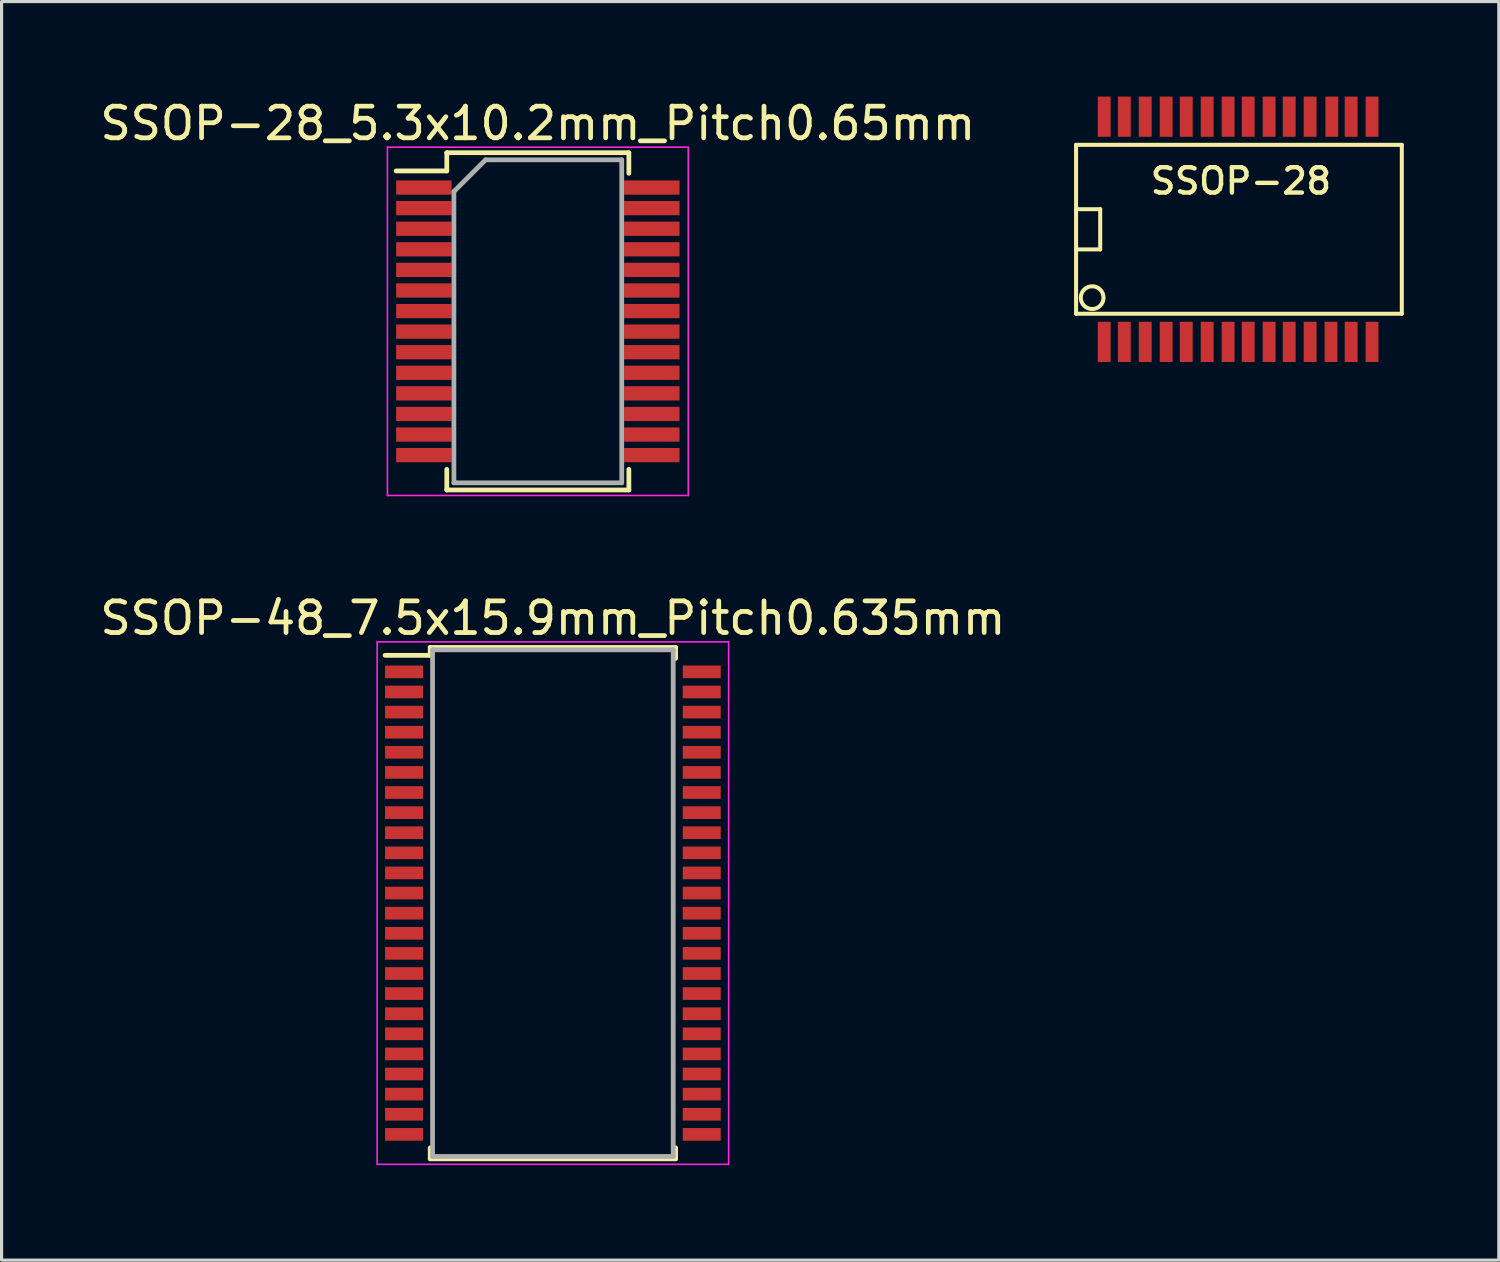
<source format=kicad_pcb>
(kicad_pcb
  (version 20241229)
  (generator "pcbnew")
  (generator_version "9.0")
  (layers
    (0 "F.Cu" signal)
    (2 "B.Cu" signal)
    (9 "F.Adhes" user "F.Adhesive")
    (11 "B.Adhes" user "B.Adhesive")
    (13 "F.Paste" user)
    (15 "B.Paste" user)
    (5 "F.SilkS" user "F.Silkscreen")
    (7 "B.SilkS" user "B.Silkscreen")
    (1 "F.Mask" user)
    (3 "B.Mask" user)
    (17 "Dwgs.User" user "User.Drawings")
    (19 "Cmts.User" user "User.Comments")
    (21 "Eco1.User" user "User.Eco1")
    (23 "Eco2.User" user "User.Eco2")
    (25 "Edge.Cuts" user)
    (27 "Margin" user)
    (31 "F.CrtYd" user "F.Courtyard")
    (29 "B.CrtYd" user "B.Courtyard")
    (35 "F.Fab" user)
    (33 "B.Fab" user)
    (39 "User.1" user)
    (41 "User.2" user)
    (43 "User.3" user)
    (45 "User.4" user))
  (footprint "SSOP-28"
    (layer "F.Cu")
    (at 36.013 4.191)
    (property "Reference" "SSOP-28" (at 0.127 -1.524 0) (layer "F.SilkS") (effects (font (size 0.8 0.8) (thickness 0.14))))
    (attr smd)
    (fp_line (start -5.08 -2.667) (end -5.08 2.667) (stroke (width 0.127) (type solid)) (layer "F.SilkS"))
    (fp_line (start -5.08 -2.667) (end 5.207 -2.667) (stroke (width 0.127) (type solid)) (layer "F.SilkS"))
    (fp_line (start -5.08 -0.635) (end -4.318 -0.635) (stroke (width 0.127) (type solid)) (layer "F.SilkS"))
    (fp_line (start -4.318 -0.635) (end -4.318 0.635) (stroke (width 0.127) (type solid)) (layer "F.SilkS"))
    (fp_line (start -4.318 0.635) (end -5.08 0.635) (stroke (width 0.127) (type solid)) (layer "F.SilkS"))
    (fp_line (start 5.207 -2.667) (end 5.207 2.667) (stroke (width 0.127) (type solid)) (layer "F.SilkS"))
    (fp_line (start 5.207 2.667) (end -5.08 2.667) (stroke (width 0.127) (type solid)) (layer "F.SilkS"))
    (fp_circle (center -4.572 2.159) (end -4.826 1.905) (stroke (width 0.127) (type solid)) (fill no) (layer "F.SilkS"))
    (pad "1" smd rect (at -4.191 3.556) (size 0.406 1.27) (layers "F.Cu" "F.Mask" "F.Paste"))
    (pad "2" smd rect (at -3.556 3.556) (size 0.406 1.27) (layers "F.Cu" "F.Mask" "F.Paste"))
    (pad "3" smd rect (at -2.896 3.556) (size 0.406 1.27) (layers "F.Cu" "F.Mask" "F.Paste"))
    (pad "4" smd rect (at -2.235 3.556) (size 0.406 1.27) (layers "F.Cu" "F.Mask" "F.Paste"))
    (pad "5" smd rect (at -1.6 3.556) (size 0.406 1.27) (layers "F.Cu" "F.Mask" "F.Paste"))
    (pad "6" smd rect (at -0.94 3.556) (size 0.406 1.27) (layers "F.Cu" "F.Mask" "F.Paste"))
    (pad "7" smd rect (at -0.279 3.556) (size 0.406 1.27) (layers "F.Cu" "F.Mask" "F.Paste"))
    (pad "8" smd rect (at 0.356 3.556) (size 0.406 1.27) (layers "F.Cu" "F.Mask" "F.Paste"))
    (pad "9" smd rect (at 1.016 3.556) (size 0.406 1.27) (layers "F.Cu" "F.Mask" "F.Paste"))
    (pad "10" smd rect (at 1.651 3.556) (size 0.406 1.27) (layers "F.Cu" "F.Mask" "F.Paste"))
    (pad "11" smd rect (at 2.311 3.556) (size 0.406 1.27) (layers "F.Cu" "F.Mask" "F.Paste"))
    (pad "12" smd rect (at 2.972 3.556) (size 0.406 1.27) (layers "F.Cu" "F.Mask" "F.Paste"))
    (pad "13" smd rect (at 3.607 3.556) (size 0.406 1.27) (layers "F.Cu" "F.Mask" "F.Paste"))
    (pad "14" smd rect (at 4.267 3.556) (size 0.406 1.27) (layers "F.Cu" "F.Mask" "F.Paste"))
    (pad "15" smd rect (at 4.267 -3.556) (size 0.406 1.27) (layers "F.Cu" "F.Mask" "F.Paste"))
    (pad "16" smd rect (at 3.607 -3.556) (size 0.406 1.27) (layers "F.Cu" "F.Mask" "F.Paste"))
    (pad "17" smd rect (at 2.997 -3.556) (size 0.406 1.27) (layers "F.Cu" "F.Mask" "F.Paste"))
    (pad "18" smd rect (at 2.311 -3.556) (size 0.406 1.27) (layers "F.Cu" "F.Mask" "F.Paste"))
    (pad "19" smd rect (at 1.651 -3.556) (size 0.406 1.27) (layers "F.Cu" "F.Mask" "F.Paste"))
    (pad "20" smd rect (at 1.016 -3.556) (size 0.406 1.27) (layers "F.Cu" "F.Mask" "F.Paste"))
    (pad "21" smd rect (at 0.356 -3.556) (size 0.406 1.27) (layers "F.Cu" "F.Mask" "F.Paste"))
    (pad "22" smd rect (at -0.279 -3.556) (size 0.406 1.27) (layers "F.Cu" "F.Mask" "F.Paste"))
    (pad "23" smd rect (at -0.94 -3.556) (size 0.406 1.27) (layers "F.Cu" "F.Mask" "F.Paste"))
    (pad "24" smd rect (at -1.6 -3.556) (size 0.406 1.27) (layers "F.Cu" "F.Mask" "F.Paste"))
    (pad "25" smd rect (at -2.235 -3.556) (size 0.406 1.27) (layers "F.Cu" "F.Mask" "F.Paste"))
    (pad "26" smd rect (at -2.896 -3.556) (size 0.406 1.27) (layers "F.Cu" "F.Mask" "F.Paste"))
    (pad "27" smd rect (at -3.556 -3.556) (size 0.406 1.27) (layers "F.Cu" "F.Mask" "F.Paste"))
    (pad "28" smd rect (at -4.191 -3.556) (size 0.406 1.27) (layers "F.Cu" "F.Mask" "F.Paste")))
  (footprint "SSOP-28_5.3x10.2mm_Pitch0.65mm"
    (layer "F.Cu")
    (at 13.935 7.098)
    (property "Reference" "SSOP-28_5.3x10.2mm_Pitch0.65mm" (at 0 -6.25 0) (layer "F.SilkS") (effects (font (size 1 1) (thickness 0.15))))
    (attr smd)
    (fp_line (start -2.875 -5.325) (end -2.875 -4.75) (stroke (width 0.15) (type solid)) (layer "F.SilkS"))
    (fp_line (start -2.875 -5.325) (end 2.875 -5.325) (stroke (width 0.15) (type solid)) (layer "F.SilkS"))
    (fp_line (start -2.875 -4.75) (end -4.475 -4.75) (stroke (width 0.15) (type solid)) (layer "F.SilkS"))
    (fp_line (start -2.875 5.325) (end -2.875 4.675) (stroke (width 0.15) (type solid)) (layer "F.SilkS"))
    (fp_line (start -2.875 5.325) (end 2.875 5.325) (stroke (width 0.15) (type solid)) (layer "F.SilkS"))
    (fp_line (start 2.875 -5.325) (end 2.875 -4.675) (stroke (width 0.15) (type solid)) (layer "F.SilkS"))
    (fp_line (start 2.875 5.325) (end 2.875 4.675) (stroke (width 0.15) (type solid)) (layer "F.SilkS"))
    (fp_line (start -4.75 -5.5) (end -4.75 5.5) (stroke (width 0.05) (type solid)) (layer "F.CrtYd"))
    (fp_line (start -4.75 -5.5) (end 4.75 -5.5) (stroke (width 0.05) (type solid)) (layer "F.CrtYd"))
    (fp_line (start -4.75 5.5) (end 4.75 5.5) (stroke (width 0.05) (type solid)) (layer "F.CrtYd"))
    (fp_line (start 4.75 -5.5) (end 4.75 5.5) (stroke (width 0.05) (type solid)) (layer "F.CrtYd"))
    (fp_line (start -2.65 -4.1) (end -1.65 -5.1) (stroke (width 0.15) (type solid)) (layer "F.Fab"))
    (fp_line (start -2.65 5.1) (end -2.65 -4.1) (stroke (width 0.15) (type solid)) (layer "F.Fab"))
    (fp_line (start -1.65 -5.1) (end 2.65 -5.1) (stroke (width 0.15) (type solid)) (layer "F.Fab"))
    (fp_line (start 2.65 -5.1) (end 2.65 5.1) (stroke (width 0.15) (type solid)) (layer "F.Fab"))
    (fp_line (start 2.65 5.1) (end -2.65 5.1) (stroke (width 0.15) (type solid)) (layer "F.Fab"))
    (pad "1" smd rect (at -3.6 -4.225) (size 1.75 0.45) (layers "F.Cu" "F.Mask" "F.Paste"))
    (pad "2" smd rect (at -3.6 -3.575) (size 1.75 0.45) (layers "F.Cu" "F.Mask" "F.Paste"))
    (pad "3" smd rect (at -3.6 -2.925) (size 1.75 0.45) (layers "F.Cu" "F.Mask" "F.Paste"))
    (pad "4" smd rect (at -3.6 -2.275) (size 1.75 0.45) (layers "F.Cu" "F.Mask" "F.Paste"))
    (pad "5" smd rect (at -3.6 -1.625) (size 1.75 0.45) (layers "F.Cu" "F.Mask" "F.Paste"))
    (pad "6" smd rect (at -3.6 -0.975) (size 1.75 0.45) (layers "F.Cu" "F.Mask" "F.Paste"))
    (pad "7" smd rect (at -3.6 -0.325) (size 1.75 0.45) (layers "F.Cu" "F.Mask" "F.Paste"))
    (pad "8" smd rect (at -3.6 0.325) (size 1.75 0.45) (layers "F.Cu" "F.Mask" "F.Paste"))
    (pad "9" smd rect (at -3.6 0.975) (size 1.75 0.45) (layers "F.Cu" "F.Mask" "F.Paste"))
    (pad "10" smd rect (at -3.6 1.625) (size 1.75 0.45) (layers "F.Cu" "F.Mask" "F.Paste"))
    (pad "11" smd rect (at -3.6 2.275) (size 1.75 0.45) (layers "F.Cu" "F.Mask" "F.Paste"))
    (pad "12" smd rect (at -3.6 2.925) (size 1.75 0.45) (layers "F.Cu" "F.Mask" "F.Paste"))
    (pad "13" smd rect (at -3.6 3.575) (size 1.75 0.45) (layers "F.Cu" "F.Mask" "F.Paste"))
    (pad "14" smd rect (at -3.6 4.225) (size 1.75 0.45) (layers "F.Cu" "F.Mask" "F.Paste"))
    (pad "15" smd rect (at 3.6 4.225) (size 1.75 0.45) (layers "F.Cu" "F.Mask" "F.Paste"))
    (pad "16" smd rect (at 3.6 3.575) (size 1.75 0.45) (layers "F.Cu" "F.Mask" "F.Paste"))
    (pad "17" smd rect (at 3.6 2.925) (size 1.75 0.45) (layers "F.Cu" "F.Mask" "F.Paste"))
    (pad "18" smd rect (at 3.6 2.275) (size 1.75 0.45) (layers "F.Cu" "F.Mask" "F.Paste"))
    (pad "19" smd rect (at 3.6 1.625) (size 1.75 0.45) (layers "F.Cu" "F.Mask" "F.Paste"))
    (pad "20" smd rect (at 3.6 0.975) (size 1.75 0.45) (layers "F.Cu" "F.Mask" "F.Paste"))
    (pad "21" smd rect (at 3.6 0.325) (size 1.75 0.45) (layers "F.Cu" "F.Mask" "F.Paste"))
    (pad "22" smd rect (at 3.6 -0.325) (size 1.75 0.45) (layers "F.Cu" "F.Mask" "F.Paste"))
    (pad "23" smd rect (at 3.6 -0.975) (size 1.75 0.45) (layers "F.Cu" "F.Mask" "F.Paste"))
    (pad "24" smd rect (at 3.6 -1.625) (size 1.75 0.45) (layers "F.Cu" "F.Mask" "F.Paste"))
    (pad "25" smd rect (at 3.6 -2.275) (size 1.75 0.45) (layers "F.Cu" "F.Mask" "F.Paste"))
    (pad "26" smd rect (at 3.6 -2.925) (size 1.75 0.45) (layers "F.Cu" "F.Mask" "F.Paste"))
    (pad "27" smd rect (at 3.6 -3.575) (size 1.75 0.45) (layers "F.Cu" "F.Mask" "F.Paste"))
    (pad "28" smd rect (at 3.6 -4.225) (size 1.75 0.45) (layers "F.Cu" "F.Mask" "F.Paste")))
  (footprint "SSOP-48_7.5x15.9mm_Pitch0.635mm"
    (layer "F.Cu")
    (at 14.411 25.471)
    (property "Reference" "SSOP-48_7.5x15.9mm_Pitch0.635mm" (at 0 -9 0) (layer "F.SilkS") (effects (font (size 1 1) (thickness 0.15))))
    (attr smd)
    (fp_line (start -3.875 -8.075) (end -3.875 -7.825) (stroke (width 0.15) (type solid)) (layer "F.SilkS"))
    (fp_line (start -3.875 -8.075) (end 3.875 -8.075) (stroke (width 0.15) (type solid)) (layer "F.SilkS"))
    (fp_line (start -3.875 -7.825) (end -5.3 -7.825) (stroke (width 0.15) (type solid)) (layer "F.SilkS"))
    (fp_line (start -3.875 8.075) (end -3.875 7.728) (stroke (width 0.15) (type solid)) (layer "F.SilkS"))
    (fp_line (start -3.875 8.075) (end 3.875 8.075) (stroke (width 0.15) (type solid)) (layer "F.SilkS"))
    (fp_line (start 3.875 -8.075) (end 3.875 -7.728) (stroke (width 0.15) (type solid)) (layer "F.SilkS"))
    (fp_line (start 3.875 8.075) (end 3.875 7.728) (stroke (width 0.15) (type solid)) (layer "F.SilkS"))
    (fp_line (start -5.55 -8.25) (end -5.55 8.25) (stroke (width 0.05) (type solid)) (layer "F.CrtYd"))
    (fp_line (start -5.55 -8.25) (end 5.55 -8.25) (stroke (width 0.05) (type solid)) (layer "F.CrtYd"))
    (fp_line (start -5.55 8.25) (end 5.55 8.25) (stroke (width 0.05) (type solid)) (layer "F.CrtYd"))
    (fp_line (start 5.55 -8.25) (end 5.55 8.25) (stroke (width 0.05) (type solid)) (layer "F.CrtYd"))
    (fp_line (start -3.8 -8) (end 3.8 -8) (stroke (width 0.15) (type solid)) (layer "F.Fab"))
    (fp_line (start -3.8 8) (end -3.8 -8) (stroke (width 0.15) (type solid)) (layer "F.Fab"))
    (fp_line (start 3.8 -8) (end 3.8 8) (stroke (width 0.15) (type solid)) (layer "F.Fab"))
    (fp_line (start 3.8 8) (end -3.8 8) (stroke (width 0.15) (type solid)) (layer "F.Fab"))
    (pad "1" smd rect (at -4.7 -7.303) (size 1.2 0.4) (layers "F.Cu" "F.Mask" "F.Paste"))
    (pad "2" smd rect (at -4.7 -6.668) (size 1.2 0.4) (layers "F.Cu" "F.Mask" "F.Paste"))
    (pad "3" smd rect (at -4.7 -6.032) (size 1.2 0.4) (layers "F.Cu" "F.Mask" "F.Paste"))
    (pad "4" smd rect (at -4.7 -5.397) (size 1.2 0.4) (layers "F.Cu" "F.Mask" "F.Paste"))
    (pad "5" smd rect (at -4.7 -4.763) (size 1.2 0.4) (layers "F.Cu" "F.Mask" "F.Paste"))
    (pad "6" smd rect (at -4.7 -4.128) (size 1.2 0.4) (layers "F.Cu" "F.Mask" "F.Paste"))
    (pad "7" smd rect (at -4.7 -3.493) (size 1.2 0.4) (layers "F.Cu" "F.Mask" "F.Paste"))
    (pad "8" smd rect (at -4.7 -2.857) (size 1.2 0.4) (layers "F.Cu" "F.Mask" "F.Paste"))
    (pad "9" smd rect (at -4.7 -2.223) (size 1.2 0.4) (layers "F.Cu" "F.Mask" "F.Paste"))
    (pad "10" smd rect (at -4.7 -1.587) (size 1.2 0.4) (layers "F.Cu" "F.Mask" "F.Paste"))
    (pad "11" smd rect (at -4.7 -0.953) (size 1.2 0.4) (layers "F.Cu" "F.Mask" "F.Paste"))
    (pad "12" smd rect (at -4.7 -0.318) (size 1.2 0.4) (layers "F.Cu" "F.Mask" "F.Paste"))
    (pad "13" smd rect (at -4.7 0.318) (size 1.2 0.4) (layers "F.Cu" "F.Mask" "F.Paste"))
    (pad "14" smd rect (at -4.7 0.953) (size 1.2 0.4) (layers "F.Cu" "F.Mask" "F.Paste"))
    (pad "15" smd rect (at -4.7 1.587) (size 1.2 0.4) (layers "F.Cu" "F.Mask" "F.Paste"))
    (pad "16" smd rect (at -4.7 2.223) (size 1.2 0.4) (layers "F.Cu" "F.Mask" "F.Paste"))
    (pad "17" smd rect (at -4.7 2.857) (size 1.2 0.4) (layers "F.Cu" "F.Mask" "F.Paste"))
    (pad "18" smd rect (at -4.7 3.493) (size 1.2 0.4) (layers "F.Cu" "F.Mask" "F.Paste"))
    (pad "19" smd rect (at -4.7 4.128) (size 1.2 0.4) (layers "F.Cu" "F.Mask" "F.Paste"))
    (pad "20" smd rect (at -4.7 4.763) (size 1.2 0.4) (layers "F.Cu" "F.Mask" "F.Paste"))
    (pad "21" smd rect (at -4.7 5.397) (size 1.2 0.4) (layers "F.Cu" "F.Mask" "F.Paste"))
    (pad "22" smd rect (at -4.7 6.032) (size 1.2 0.4) (layers "F.Cu" "F.Mask" "F.Paste"))
    (pad "23" smd rect (at -4.7 6.668) (size 1.2 0.4) (layers "F.Cu" "F.Mask" "F.Paste"))
    (pad "24" smd rect (at -4.7 7.303) (size 1.2 0.4) (layers "F.Cu" "F.Mask" "F.Paste"))
    (pad "25" smd rect (at 4.7 7.303) (size 1.2 0.4) (layers "F.Cu" "F.Mask" "F.Paste"))
    (pad "26" smd rect (at 4.7 6.668) (size 1.2 0.4) (layers "F.Cu" "F.Mask" "F.Paste"))
    (pad "27" smd rect (at 4.7 6.032) (size 1.2 0.4) (layers "F.Cu" "F.Mask" "F.Paste"))
    (pad "28" smd rect (at 4.7 5.397) (size 1.2 0.4) (layers "F.Cu" "F.Mask" "F.Paste"))
    (pad "29" smd rect (at 4.7 4.763) (size 1.2 0.4) (layers "F.Cu" "F.Mask" "F.Paste"))
    (pad "30" smd rect (at 4.7 4.128) (size 1.2 0.4) (layers "F.Cu" "F.Mask" "F.Paste"))
    (pad "31" smd rect (at 4.7 3.493) (size 1.2 0.4) (layers "F.Cu" "F.Mask" "F.Paste"))
    (pad "32" smd rect (at 4.7 2.857) (size 1.2 0.4) (layers "F.Cu" "F.Mask" "F.Paste"))
    (pad "33" smd rect (at 4.7 2.223) (size 1.2 0.4) (layers "F.Cu" "F.Mask" "F.Paste"))
    (pad "34" smd rect (at 4.7 1.587) (size 1.2 0.4) (layers "F.Cu" "F.Mask" "F.Paste"))
    (pad "35" smd rect (at 4.7 0.953) (size 1.2 0.4) (layers "F.Cu" "F.Mask" "F.Paste"))
    (pad "36" smd rect (at 4.7 0.318) (size 1.2 0.4) (layers "F.Cu" "F.Mask" "F.Paste"))
    (pad "37" smd rect (at 4.7 -0.318) (size 1.2 0.4) (layers "F.Cu" "F.Mask" "F.Paste"))
    (pad "38" smd rect (at 4.7 -0.953) (size 1.2 0.4) (layers "F.Cu" "F.Mask" "F.Paste"))
    (pad "39" smd rect (at 4.7 -1.587) (size 1.2 0.4) (layers "F.Cu" "F.Mask" "F.Paste"))
    (pad "40" smd rect (at 4.7 -2.223) (size 1.2 0.4) (layers "F.Cu" "F.Mask" "F.Paste"))
    (pad "41" smd rect (at 4.7 -2.857) (size 1.2 0.4) (layers "F.Cu" "F.Mask" "F.Paste"))
    (pad "42" smd rect (at 4.7 -3.493) (size 1.2 0.4) (layers "F.Cu" "F.Mask" "F.Paste"))
    (pad "43" smd rect (at 4.7 -4.128) (size 1.2 0.4) (layers "F.Cu" "F.Mask" "F.Paste"))
    (pad "44" smd rect (at 4.7 -4.763) (size 1.2 0.4) (layers "F.Cu" "F.Mask" "F.Paste"))
    (pad "45" smd rect (at 4.7 -5.397) (size 1.2 0.4) (layers "F.Cu" "F.Mask" "F.Paste"))
    (pad "46" smd rect (at 4.7 -6.032) (size 1.2 0.4) (layers "F.Cu" "F.Mask" "F.Paste"))
    (pad "47" smd rect (at 4.7 -6.668) (size 1.2 0.4) (layers "F.Cu" "F.Mask" "F.Paste"))
    (pad "48" smd rect (at 4.7 -7.303) (size 1.2 0.4) (layers "F.Cu" "F.Mask" "F.Paste")))
  (gr_rect
    (start -3 -3)
    (end 44.283 36.746)
    (stroke (width 0.1) (type default))
    (fill no)
    (layer "Edge.Cuts")))
</source>
